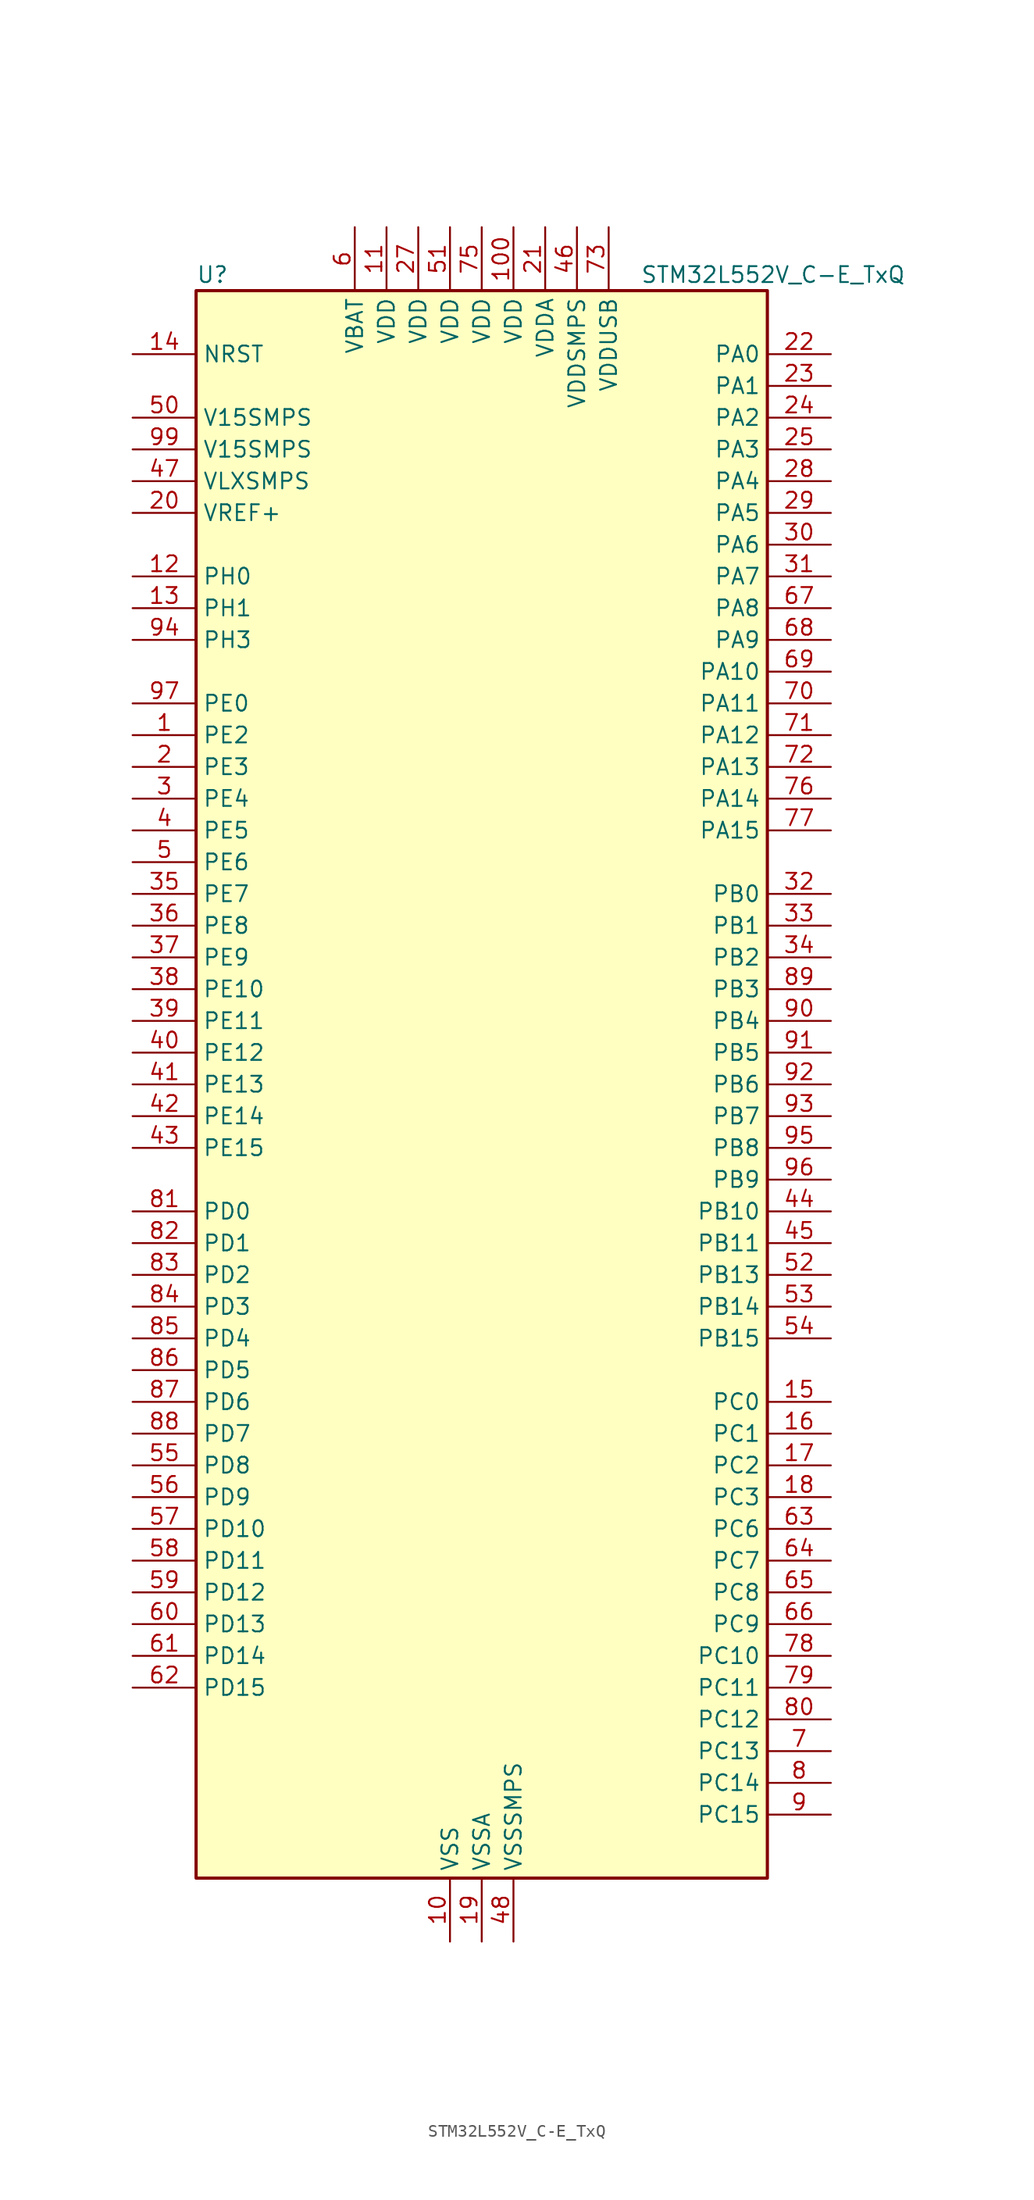
<source format=kicad_sym>
(kicad_symbol_lib
  (version 20241209)
  (generator "kicad_symbol_editor")
  (generator_version "9.0")
  (symbol "STM32L552V_C-E_TxQ"
    (property "Reference" "U"
      (at -22.86 64.77 0)
      (effects (font (size 1.27 1.27)) (justify left)))
    (property "Value" "STM32L552V_C-E_TxQ"
      (at 12.7 64.77 0)
      (effects (font (size 1.27 1.27)) (justify left)))
    (symbol "STM32L552V_C-E_TxQ_0_1"
      (rectangle (start -22.86 -63.5) (end 22.86 63.5) (stroke (width 0.254) (type default)) (fill (type background))))
    (symbol "STM32L552V_C-E_TxQ_1_1"
      (pin input line (at -27.94 58.42 0) (length 5.08) (name "NRST" (effects (font (size 1.27 1.27)))) (number "14" (effects (font (size 1.27 1.27)))))
      (pin power_in line (at -27.94 53.34 0) (length 5.08) (name "V15SMPS" (effects (font (size 1.27 1.27)))) (number "50" (effects (font (size 1.27 1.27)))))
      (pin power_in line (at -27.94 50.8 0) (length 5.08) (name "V15SMPS" (effects (font (size 1.27 1.27)))) (number "99" (effects (font (size 1.27 1.27)))))
      (pin power_in line (at -27.94 48.26 0) (length 5.08) (name "VLXSMPS" (effects (font (size 1.27 1.27)))) (number "47" (effects (font (size 1.27 1.27)))))
      (pin input line (at -27.94 45.72 0) (length 5.08) (name "VREF+" (effects (font (size 1.27 1.27)))) (number "20" (effects (font (size 1.27 1.27)))) (alternate "VREFBUF_OUT" bidirectional line))
      (pin bidirectional line (at -27.94 40.64 0) (length 5.08) (name "PH0" (effects (font (size 1.27 1.27)))) (number "12" (effects (font (size 1.27 1.27)))) (alternate "RCC_OSC_IN" bidirectional line))
      (pin bidirectional line (at -27.94 38.1 0) (length 5.08) (name "PH1" (effects (font (size 1.27 1.27)))) (number "13" (effects (font (size 1.27 1.27)))) (alternate "RCC_OSC_OUT" bidirectional line))
      (pin bidirectional line (at -27.94 35.56 0) (length 5.08) (name "PH3" (effects (font (size 1.27 1.27)))) (number "94" (effects (font (size 1.27 1.27)))))
      (pin bidirectional line (at -27.94 30.48 0) (length 5.08) (name "PE0" (effects (font (size 1.27 1.27)))) (number "97" (effects (font (size 1.27 1.27)))) (alternate "FMC_NBL0" bidirectional line) (alternate "TIM16_CH1" bidirectional line) (alternate "TIM4_ETR" bidirectional line))
      (pin bidirectional line (at -27.94 27.94 0) (length 5.08) (name "PE2" (effects (font (size 1.27 1.27)))) (number "1" (effects (font (size 1.27 1.27)))) (alternate "DEBUG_TRACECLK" bidirectional line) (alternate "FMC_A23" bidirectional line) (alternate "SAI1_CK1" bidirectional line) (alternate "SAI1_MCLK_A" bidirectional line) (alternate "TIM3_ETR" bidirectional line) (alternate "TSC_G7_IO1" bidirectional line))
      (pin bidirectional line (at -27.94 25.4 0) (length 5.08) (name "PE3" (effects (font (size 1.27 1.27)))) (number "2" (effects (font (size 1.27 1.27)))) (alternate "DEBUG_TRACED0" bidirectional line) (alternate "FMC_A19" bidirectional line) (alternate "OCTOSPI1_DQS" bidirectional line) (alternate "SAI1_SD_B" bidirectional line) (alternate "TIM3_CH1" bidirectional line) (alternate "TSC_G7_IO2" bidirectional line))
      (pin bidirectional line (at -27.94 22.86 0) (length 5.08) (name "PE4" (effects (font (size 1.27 1.27)))) (number "3" (effects (font (size 1.27 1.27)))) (alternate "DEBUG_TRACED1" bidirectional line) (alternate "DFSDM1_DATIN3" bidirectional line) (alternate "FMC_A20" bidirectional line) (alternate "SAI1_D2" bidirectional line) (alternate "SAI1_FS_A" bidirectional line) (alternate "TIM3_CH2" bidirectional line) (alternate "TSC_G7_IO3" bidirectional line))
      (pin bidirectional line (at -27.94 20.32 0) (length 5.08) (name "PE5" (effects (font (size 1.27 1.27)))) (number "4" (effects (font (size 1.27 1.27)))) (alternate "DEBUG_TRACED2" bidirectional line) (alternate "DFSDM1_CKIN3" bidirectional line) (alternate "FMC_A21" bidirectional line) (alternate "SAI1_CK2" bidirectional line) (alternate "SAI1_SCK_A" bidirectional line) (alternate "TIM3_CH3" bidirectional line) (alternate "TSC_G7_IO4" bidirectional line))
      (pin bidirectional line (at -27.94 17.78 0) (length 5.08) (name "PE6" (effects (font (size 1.27 1.27)))) (number "5" (effects (font (size 1.27 1.27)))) (alternate "DEBUG_TRACED3" bidirectional line) (alternate "FMC_A22" bidirectional line) (alternate "PWR_WKUP3" bidirectional line) (alternate "SAI1_D1" bidirectional line) (alternate "SAI1_SD_A" bidirectional line) (alternate "TAMP_IN3" bidirectional line) (alternate "TAMP_OUT6" bidirectional line) (alternate "TIM3_CH4" bidirectional line))
      (pin bidirectional line (at -27.94 15.24 0) (length 5.08) (name "PE7" (effects (font (size 1.27 1.27)))) (number "35" (effects (font (size 1.27 1.27)))) (alternate "DFSDM1_DATIN2" bidirectional line) (alternate "FMC_D4" bidirectional line) (alternate "FMC_DA4" bidirectional line) (alternate "SAI1_SD_B" bidirectional line) (alternate "TIM1_ETR" bidirectional line))
      (pin bidirectional line (at -27.94 12.7 0) (length 5.08) (name "PE8" (effects (font (size 1.27 1.27)))) (number "36" (effects (font (size 1.27 1.27)))) (alternate "DFSDM1_CKIN2" bidirectional line) (alternate "FMC_D5" bidirectional line) (alternate "FMC_DA5" bidirectional line) (alternate "SAI1_SCK_B" bidirectional line) (alternate "TIM1_CH1N" bidirectional line))
      (pin bidirectional line (at -27.94 10.16 0) (length 5.08) (name "PE9" (effects (font (size 1.27 1.27)))) (number "37" (effects (font (size 1.27 1.27)))) (alternate "DAC1_EXTI9" bidirectional line) (alternate "DFSDM1_CKOUT" bidirectional line) (alternate "FMC_D6" bidirectional line) (alternate "FMC_DA6" bidirectional line) (alternate "OCTOSPI1_NCLK" bidirectional line) (alternate "SAI1_FS_B" bidirectional line) (alternate "TIM1_CH1" bidirectional line))
      (pin bidirectional line (at -27.94 7.62 0) (length 5.08) (name "PE10" (effects (font (size 1.27 1.27)))) (number "38" (effects (font (size 1.27 1.27)))) (alternate "FMC_D7" bidirectional line) (alternate "FMC_DA7" bidirectional line) (alternate "OCTOSPI1_CLK" bidirectional line) (alternate "SAI1_MCLK_B" bidirectional line) (alternate "TIM1_CH2N" bidirectional line) (alternate "TSC_G5_IO1" bidirectional line))
      (pin bidirectional line (at -27.94 5.08 0) (length 5.08) (name "PE11" (effects (font (size 1.27 1.27)))) (number "39" (effects (font (size 1.27 1.27)))) (alternate "ADC1_EXTI11" bidirectional line) (alternate "ADC2_EXTI11" bidirectional line) (alternate "FMC_D8" bidirectional line) (alternate "FMC_DA8" bidirectional line) (alternate "OCTOSPI1_NCS" bidirectional line) (alternate "TIM1_CH2" bidirectional line) (alternate "TSC_G5_IO2" bidirectional line))
      (pin bidirectional line (at -27.94 2.54 0) (length 5.08) (name "PE12" (effects (font (size 1.27 1.27)))) (number "40" (effects (font (size 1.27 1.27)))) (alternate "FMC_D9" bidirectional line) (alternate "FMC_DA9" bidirectional line) (alternate "OCTOSPI1_IO0" bidirectional line) (alternate "SPI1_NSS" bidirectional line) (alternate "TIM1_CH3N" bidirectional line) (alternate "TSC_G5_IO3" bidirectional line))
      (pin bidirectional line (at -27.94 0 0) (length 5.08) (name "PE13" (effects (font (size 1.27 1.27)))) (number "41" (effects (font (size 1.27 1.27)))) (alternate "FMC_D10" bidirectional line) (alternate "FMC_DA10" bidirectional line) (alternate "OCTOSPI1_IO1" bidirectional line) (alternate "SPI1_SCK" bidirectional line) (alternate "TIM1_CH3" bidirectional line) (alternate "TSC_G5_IO4" bidirectional line))
      (pin bidirectional line (at -27.94 -2.54 0) (length 5.08) (name "PE14" (effects (font (size 1.27 1.27)))) (number "42" (effects (font (size 1.27 1.27)))) (alternate "FMC_D11" bidirectional line) (alternate "FMC_DA11" bidirectional line) (alternate "OCTOSPI1_IO2" bidirectional line) (alternate "SPI1_MISO" bidirectional line) (alternate "TIM1_BKIN2" bidirectional line) (alternate "TIM1_CH4" bidirectional line))
      (pin bidirectional line (at -27.94 -5.08 0) (length 5.08) (name "PE15" (effects (font (size 1.27 1.27)))) (number "43" (effects (font (size 1.27 1.27)))) (alternate "ADC1_EXTI15" bidirectional line) (alternate "ADC2_EXTI15" bidirectional line) (alternate "FMC_D12" bidirectional line) (alternate "FMC_DA12" bidirectional line) (alternate "OCTOSPI1_IO3" bidirectional line) (alternate "SPI1_MOSI" bidirectional line) (alternate "TIM1_BKIN" bidirectional line))
      (pin bidirectional line (at -27.94 -10.16 0) (length 5.08) (name "PD0" (effects (font (size 1.27 1.27)))) (number "81" (effects (font (size 1.27 1.27)))) (alternate "FDCAN1_RX" bidirectional line) (alternate "FMC_D2" bidirectional line) (alternate "FMC_DA2" bidirectional line) (alternate "SPI2_NSS" bidirectional line))
      (pin bidirectional line (at -27.94 -12.7 0) (length 5.08) (name "PD1" (effects (font (size 1.27 1.27)))) (number "82" (effects (font (size 1.27 1.27)))) (alternate "FDCAN1_TX" bidirectional line) (alternate "FMC_D3" bidirectional line) (alternate "FMC_DA3" bidirectional line) (alternate "SPI2_SCK" bidirectional line))
      (pin bidirectional line (at -27.94 -15.24 0) (length 5.08) (name "PD2" (effects (font (size 1.27 1.27)))) (number "83" (effects (font (size 1.27 1.27)))) (alternate "DEBUG_TRACED2" bidirectional line) (alternate "SDMMC1_CMD" bidirectional line) (alternate "TIM3_ETR" bidirectional line) (alternate "TSC_SYNC" bidirectional line) (alternate "UART5_RX" bidirectional line) (alternate "USART3_DE" bidirectional line) (alternate "USART3_RTS" bidirectional line))
      (pin bidirectional line (at -27.94 -17.78 0) (length 5.08) (name "PD3" (effects (font (size 1.27 1.27)))) (number "84" (effects (font (size 1.27 1.27)))) (alternate "DFSDM1_DATIN0" bidirectional line) (alternate "FMC_CLK" bidirectional line) (alternate "SPI2_MISO" bidirectional line) (alternate "SPI2_SCK" bidirectional line) (alternate "USART2_CTS" bidirectional line) (alternate "USART2_NSS" bidirectional line))
      (pin bidirectional line (at -27.94 -20.32 0) (length 5.08) (name "PD4" (effects (font (size 1.27 1.27)))) (number "85" (effects (font (size 1.27 1.27)))) (alternate "DFSDM1_CKIN0" bidirectional line) (alternate "FMC_NOE" bidirectional line) (alternate "OCTOSPI1_IO4" bidirectional line) (alternate "SPI2_MOSI" bidirectional line) (alternate "USART2_DE" bidirectional line) (alternate "USART2_RTS" bidirectional line))
      (pin bidirectional line (at -27.94 -22.86 0) (length 5.08) (name "PD5" (effects (font (size 1.27 1.27)))) (number "86" (effects (font (size 1.27 1.27)))) (alternate "FMC_NWE" bidirectional line) (alternate "OCTOSPI1_IO5" bidirectional line) (alternate "USART2_TX" bidirectional line))
      (pin bidirectional line (at -27.94 -25.4 0) (length 5.08) (name "PD6" (effects (font (size 1.27 1.27)))) (number "87" (effects (font (size 1.27 1.27)))) (alternate "DFSDM1_DATIN1" bidirectional line) (alternate "FMC_NWAIT" bidirectional line) (alternate "OCTOSPI1_IO6" bidirectional line) (alternate "SAI1_D1" bidirectional line) (alternate "SAI1_SD_A" bidirectional line) (alternate "SPI3_MOSI" bidirectional line) (alternate "USART2_RX" bidirectional line))
      (pin bidirectional line (at -27.94 -27.94 0) (length 5.08) (name "PD7" (effects (font (size 1.27 1.27)))) (number "88" (effects (font (size 1.27 1.27)))) (alternate "DFSDM1_CKIN1" bidirectional line) (alternate "FMC_NCE" bidirectional line) (alternate "FMC_NE1" bidirectional line) (alternate "OCTOSPI1_IO7" bidirectional line) (alternate "USART2_CK" bidirectional line))
      (pin bidirectional line (at -27.94 -30.48 0) (length 5.08) (name "PD8" (effects (font (size 1.27 1.27)))) (number "55" (effects (font (size 1.27 1.27)))) (alternate "FMC_D13" bidirectional line) (alternate "FMC_DA13" bidirectional line) (alternate "USART3_TX" bidirectional line))
      (pin bidirectional line (at -27.94 -33.02 0) (length 5.08) (name "PD9" (effects (font (size 1.27 1.27)))) (number "56" (effects (font (size 1.27 1.27)))) (alternate "DAC1_EXTI9" bidirectional line) (alternate "FMC_D14" bidirectional line) (alternate "FMC_DA14" bidirectional line) (alternate "SAI2_MCLK_A" bidirectional line) (alternate "USART3_RX" bidirectional line))
      (pin bidirectional line (at -27.94 -35.56 0) (length 5.08) (name "PD10" (effects (font (size 1.27 1.27)))) (number "57" (effects (font (size 1.27 1.27)))) (alternate "FMC_D15" bidirectional line) (alternate "FMC_DA15" bidirectional line) (alternate "SAI2_SCK_A" bidirectional line) (alternate "TSC_G6_IO1" bidirectional line) (alternate "USART3_CK" bidirectional line))
      (pin bidirectional line (at -27.94 -38.1 0) (length 5.08) (name "PD11" (effects (font (size 1.27 1.27)))) (number "58" (effects (font (size 1.27 1.27)))) (alternate "ADC1_EXTI11" bidirectional line) (alternate "ADC2_EXTI11" bidirectional line) (alternate "FMC_A16" bidirectional line) (alternate "FMC_CLE" bidirectional line) (alternate "I2C4_SMBA" bidirectional line) (alternate "LPTIM2_ETR" bidirectional line) (alternate "SAI2_SD_A" bidirectional line) (alternate "TSC_G6_IO2" bidirectional line) (alternate "USART3_CTS" bidirectional line) (alternate "USART3_NSS" bidirectional line))
      (pin bidirectional line (at -27.94 -40.64 0) (length 5.08) (name "PD12" (effects (font (size 1.27 1.27)))) (number "59" (effects (font (size 1.27 1.27)))) (alternate "FMC_A17" bidirectional line) (alternate "FMC_ALE" bidirectional line) (alternate "I2C4_SCL" bidirectional line) (alternate "LPTIM2_IN1" bidirectional line) (alternate "SAI2_FS_A" bidirectional line) (alternate "TIM4_CH1" bidirectional line) (alternate "TSC_G6_IO3" bidirectional line) (alternate "USART3_DE" bidirectional line) (alternate "USART3_RTS" bidirectional line))
      (pin bidirectional line (at -27.94 -43.18 0) (length 5.08) (name "PD13" (effects (font (size 1.27 1.27)))) (number "60" (effects (font (size 1.27 1.27)))) (alternate "FMC_A18" bidirectional line) (alternate "I2C4_SDA" bidirectional line) (alternate "LPTIM2_OUT" bidirectional line) (alternate "TIM4_CH2" bidirectional line) (alternate "TSC_G6_IO4" bidirectional line))
      (pin bidirectional line (at -27.94 -45.72 0) (length 5.08) (name "PD14" (effects (font (size 1.27 1.27)))) (number "61" (effects (font (size 1.27 1.27)))) (alternate "FMC_D0" bidirectional line) (alternate "FMC_DA0" bidirectional line) (alternate "TIM4_CH3" bidirectional line))
      (pin bidirectional line (at -27.94 -48.26 0) (length 5.08) (name "PD15" (effects (font (size 1.27 1.27)))) (number "62" (effects (font (size 1.27 1.27)))) (alternate "ADC1_EXTI15" bidirectional line) (alternate "ADC2_EXTI15" bidirectional line) (alternate "FMC_D1" bidirectional line) (alternate "FMC_DA1" bidirectional line) (alternate "TIM4_CH4" bidirectional line))
      (pin power_in line (at -10.16 68.58 270) (length 5.08) (name "VBAT" (effects (font (size 1.27 1.27)))) (number "6" (effects (font (size 1.27 1.27)))))
      (pin power_in line (at -7.62 68.58 270) (length 5.08) (name "VDD" (effects (font (size 1.27 1.27)))) (number "11" (effects (font (size 1.27 1.27)))))
      (pin power_in line (at -5.08 68.58 270) (length 5.08) (name "VDD" (effects (font (size 1.27 1.27)))) (number "27" (effects (font (size 1.27 1.27)))))
      (pin power_in line (at -2.54 68.58 270) (length 5.08) (name "VDD" (effects (font (size 1.27 1.27)))) (number "51" (effects (font (size 1.27 1.27)))))
      (pin power_in line (at -2.54 -68.58 90) (length 5.08) (name "VSS" (effects (font (size 1.27 1.27)))) (number "10" (effects (font (size 1.27 1.27)))))
      (pin passive line (at -2.54 -68.58 90) (length 5.08) (hide yes) (name "VSS" (effects (font (size 1.27 1.27)))) (number "26" (effects (font (size 1.27 1.27)))))
      (pin passive line (at -2.54 -68.58 90) (length 5.08) (hide yes) (name "VSS" (effects (font (size 1.27 1.27)))) (number "49" (effects (font (size 1.27 1.27)))))
      (pin passive line (at -2.54 -68.58 90) (length 5.08) (hide yes) (name "VSS" (effects (font (size 1.27 1.27)))) (number "74" (effects (font (size 1.27 1.27)))))
      (pin passive line (at -2.54 -68.58 90) (length 5.08) (hide yes) (name "VSS" (effects (font (size 1.27 1.27)))) (number "98" (effects (font (size 1.27 1.27)))))
      (pin power_in line (at 0 68.58 270) (length 5.08) (name "VDD" (effects (font (size 1.27 1.27)))) (number "75" (effects (font (size 1.27 1.27)))))
      (pin power_in line (at 0 -68.58 90) (length 5.08) (name "VSSA" (effects (font (size 1.27 1.27)))) (number "19" (effects (font (size 1.27 1.27)))))
      (pin power_in line (at 2.54 68.58 270) (length 5.08) (name "VDD" (effects (font (size 1.27 1.27)))) (number "100" (effects (font (size 1.27 1.27)))))
      (pin power_in line (at 2.54 -68.58 90) (length 5.08) (name "VSSSMPS" (effects (font (size 1.27 1.27)))) (number "48" (effects (font (size 1.27 1.27)))))
      (pin power_in line (at 5.08 68.58 270) (length 5.08) (name "VDDA" (effects (font (size 1.27 1.27)))) (number "21" (effects (font (size 1.27 1.27)))))
      (pin power_in line (at 7.62 68.58 270) (length 5.08) (name "VDDSMPS" (effects (font (size 1.27 1.27)))) (number "46" (effects (font (size 1.27 1.27)))))
      (pin power_in line (at 10.16 68.58 270) (length 5.08) (name "VDDUSB" (effects (font (size 1.27 1.27)))) (number "73" (effects (font (size 1.27 1.27)))))
      (pin bidirectional line (at 27.94 58.42 180) (length 5.08) (name "PA0" (effects (font (size 1.27 1.27)))) (number "22" (effects (font (size 1.27 1.27)))) (alternate "ADC1_IN5" bidirectional line) (alternate "ADC2_IN5" bidirectional line) (alternate "OPAMP1_VINP" bidirectional line) (alternate "PWR_WKUP1" bidirectional line) (alternate "SAI1_EXTCLK" bidirectional line) (alternate "TAMP_IN2" bidirectional line) (alternate "TAMP_OUT1" bidirectional line) (alternate "TIM2_CH1" bidirectional line) (alternate "TIM2_ETR" bidirectional line) (alternate "TIM5_CH1" bidirectional line) (alternate "TIM8_ETR" bidirectional line) (alternate "UART4_TX" bidirectional line) (alternate "USART2_CTS" bidirectional line) (alternate "USART2_NSS" bidirectional line))
      (pin bidirectional line (at 27.94 55.88 180) (length 5.08) (name "PA1" (effects (font (size 1.27 1.27)))) (number "23" (effects (font (size 1.27 1.27)))) (alternate "ADC1_IN6" bidirectional line) (alternate "ADC2_IN6" bidirectional line) (alternate "I2C1_SMBA" bidirectional line) (alternate "OCTOSPI1_DQS" bidirectional line) (alternate "OPAMP1_VINM" bidirectional line) (alternate "SPI1_SCK" bidirectional line) (alternate "TAMP_IN5" bidirectional line) (alternate "TAMP_OUT4" bidirectional line) (alternate "TIM15_CH1N" bidirectional line) (alternate "TIM2_CH2" bidirectional line) (alternate "TIM5_CH2" bidirectional line) (alternate "UART4_RX" bidirectional line) (alternate "USART2_DE" bidirectional line) (alternate "USART2_RTS" bidirectional line))
      (pin bidirectional line (at 27.94 53.34 180) (length 5.08) (name "PA2" (effects (font (size 1.27 1.27)))) (number "24" (effects (font (size 1.27 1.27)))) (alternate "ADC1_IN7" bidirectional line) (alternate "ADC2_IN7" bidirectional line) (alternate "COMP1_INP" bidirectional line) (alternate "LPUART1_TX" bidirectional line) (alternate "OCTOSPI1_NCS" bidirectional line) (alternate "PWR_WKUP4" bidirectional line) (alternate "RCC_LSCO" bidirectional line) (alternate "SAI2_EXTCLK" bidirectional line) (alternate "TIM15_CH1" bidirectional line) (alternate "TIM2_CH3" bidirectional line) (alternate "TIM5_CH3" bidirectional line) (alternate "UCPD1_FRSTX1" bidirectional line) (alternate "USART2_TX" bidirectional line))
      (pin bidirectional line (at 27.94 50.8 180) (length 5.08) (name "PA3" (effects (font (size 1.27 1.27)))) (number "25" (effects (font (size 1.27 1.27)))) (alternate "ADC1_IN8" bidirectional line) (alternate "ADC2_IN8" bidirectional line) (alternate "LPUART1_RX" bidirectional line) (alternate "OCTOSPI1_CLK" bidirectional line) (alternate "OPAMP1_VOUT" bidirectional line) (alternate "SAI1_CK1" bidirectional line) (alternate "SAI1_MCLK_A" bidirectional line) (alternate "TIM15_CH2" bidirectional line) (alternate "TIM2_CH4" bidirectional line) (alternate "TIM5_CH4" bidirectional line) (alternate "USART2_RX" bidirectional line))
      (pin bidirectional line (at 27.94 48.26 180) (length 5.08) (name "PA4" (effects (font (size 1.27 1.27)))) (number "28" (effects (font (size 1.27 1.27)))) (alternate "ADC1_IN9" bidirectional line) (alternate "ADC2_IN9" bidirectional line) (alternate "DAC1_OUT1" bidirectional line) (alternate "LPTIM2_OUT" bidirectional line) (alternate "OCTOSPI1_NCS" bidirectional line) (alternate "SAI1_FS_B" bidirectional line) (alternate "SPI1_NSS" bidirectional line) (alternate "SPI3_NSS" bidirectional line) (alternate "USART2_CK" bidirectional line))
      (pin bidirectional line (at 27.94 45.72 180) (length 5.08) (name "PA5" (effects (font (size 1.27 1.27)))) (number "29" (effects (font (size 1.27 1.27)))) (alternate "ADC1_IN10" bidirectional line) (alternate "ADC2_IN10" bidirectional line) (alternate "DAC1_OUT2" bidirectional line) (alternate "LPTIM2_ETR" bidirectional line) (alternate "SPI1_SCK" bidirectional line) (alternate "TIM2_CH1" bidirectional line) (alternate "TIM2_ETR" bidirectional line) (alternate "TIM8_CH1N" bidirectional line))
      (pin bidirectional line (at 27.94 43.18 180) (length 5.08) (name "PA6" (effects (font (size 1.27 1.27)))) (number "30" (effects (font (size 1.27 1.27)))) (alternate "ADC1_IN11" bidirectional line) (alternate "ADC2_IN11" bidirectional line) (alternate "LPUART1_CTS" bidirectional line) (alternate "OCTOSPI1_IO3" bidirectional line) (alternate "OPAMP2_VINP" bidirectional line) (alternate "SPI1_MISO" bidirectional line) (alternate "TIM16_CH1" bidirectional line) (alternate "TIM1_BKIN" bidirectional line) (alternate "TIM3_CH1" bidirectional line) (alternate "TIM8_BKIN" bidirectional line) (alternate "USART3_CTS" bidirectional line) (alternate "USART3_NSS" bidirectional line))
      (pin bidirectional line (at 27.94 40.64 180) (length 5.08) (name "PA7" (effects (font (size 1.27 1.27)))) (number "31" (effects (font (size 1.27 1.27)))) (alternate "ADC1_IN12" bidirectional line) (alternate "ADC2_IN12" bidirectional line) (alternate "I2C3_SCL" bidirectional line) (alternate "OCTOSPI1_IO2" bidirectional line) (alternate "OPAMP2_VINM" bidirectional line) (alternate "SPI1_MOSI" bidirectional line) (alternate "TIM17_CH1" bidirectional line) (alternate "TIM1_CH1N" bidirectional line) (alternate "TIM3_CH2" bidirectional line) (alternate "TIM8_CH1N" bidirectional line))
      (pin bidirectional line (at 27.94 38.1 180) (length 5.08) (name "PA8" (effects (font (size 1.27 1.27)))) (number "67" (effects (font (size 1.27 1.27)))) (alternate "LPTIM2_OUT" bidirectional line) (alternate "RCC_MCO" bidirectional line) (alternate "SAI1_CK2" bidirectional line) (alternate "SAI1_SCK_A" bidirectional line) (alternate "TIM1_CH1" bidirectional line) (alternate "USART1_CK" bidirectional line))
      (pin bidirectional line (at 27.94 35.56 180) (length 5.08) (name "PA9" (effects (font (size 1.27 1.27)))) (number "68" (effects (font (size 1.27 1.27)))) (alternate "DAC1_EXTI9" bidirectional line) (alternate "SAI1_FS_A" bidirectional line) (alternate "SPI2_SCK" bidirectional line) (alternate "TIM15_BKIN" bidirectional line) (alternate "TIM1_CH2" bidirectional line) (alternate "USART1_TX" bidirectional line))
      (pin bidirectional line (at 27.94 33.02 180) (length 5.08) (name "PA10" (effects (font (size 1.27 1.27)))) (number "69" (effects (font (size 1.27 1.27)))) (alternate "CRS_SYNC" bidirectional line) (alternate "SAI1_D1" bidirectional line) (alternate "SAI1_SD_A" bidirectional line) (alternate "TIM17_BKIN" bidirectional line) (alternate "TIM1_CH3" bidirectional line) (alternate "USART1_RX" bidirectional line))
      (pin bidirectional line (at 27.94 30.48 180) (length 5.08) (name "PA11" (effects (font (size 1.27 1.27)))) (number "70" (effects (font (size 1.27 1.27)))) (alternate "ADC1_EXTI11" bidirectional line) (alternate "ADC2_EXTI11" bidirectional line) (alternate "FDCAN1_RX" bidirectional line) (alternate "SPI1_MISO" bidirectional line) (alternate "TIM1_BKIN2" bidirectional line) (alternate "TIM1_CH4" bidirectional line) (alternate "USART1_CTS" bidirectional line) (alternate "USART1_NSS" bidirectional line) (alternate "USB_DM" bidirectional line))
      (pin bidirectional line (at 27.94 27.94 180) (length 5.08) (name "PA12" (effects (font (size 1.27 1.27)))) (number "71" (effects (font (size 1.27 1.27)))) (alternate "FDCAN1_TX" bidirectional line) (alternate "SPI1_MOSI" bidirectional line) (alternate "TIM1_ETR" bidirectional line) (alternate "USART1_DE" bidirectional line) (alternate "USART1_RTS" bidirectional line) (alternate "USB_DP" bidirectional line))
      (pin bidirectional line (at 27.94 25.4 180) (length 5.08) (name "PA13" (effects (font (size 1.27 1.27)))) (number "72" (effects (font (size 1.27 1.27)))) (alternate "DEBUG_JTMS-SWDIO" bidirectional line) (alternate "IR_OUT" bidirectional line) (alternate "SAI1_SD_B" bidirectional line) (alternate "USB_NOE" bidirectional line))
      (pin bidirectional line (at 27.94 22.86 180) (length 5.08) (name "PA14" (effects (font (size 1.27 1.27)))) (number "76" (effects (font (size 1.27 1.27)))) (alternate "DEBUG_JTCK-SWCLK" bidirectional line) (alternate "I2C1_SMBA" bidirectional line) (alternate "I2C4_SMBA" bidirectional line) (alternate "LPTIM1_OUT" bidirectional line) (alternate "SAI1_FS_B" bidirectional line))
      (pin bidirectional line (at 27.94 20.32 180) (length 5.08) (name "PA15" (effects (font (size 1.27 1.27)))) (number "77" (effects (font (size 1.27 1.27)))) (alternate "ADC1_EXTI15" bidirectional line) (alternate "ADC2_EXTI15" bidirectional line) (alternate "DEBUG_JTDI" bidirectional line) (alternate "SAI2_FS_B" bidirectional line) (alternate "SPI1_NSS" bidirectional line) (alternate "SPI3_NSS" bidirectional line) (alternate "TIM2_CH1" bidirectional line) (alternate "TIM2_ETR" bidirectional line) (alternate "UART4_DE" bidirectional line) (alternate "UART4_RTS" bidirectional line) (alternate "UCPD1_CC1" bidirectional line) (alternate "USART2_RX" bidirectional line) (alternate "USART3_DE" bidirectional line) (alternate "USART3_RTS" bidirectional line))
      (pin bidirectional line (at 27.94 15.24 180) (length 5.08) (name "PB0" (effects (font (size 1.27 1.27)))) (number "32" (effects (font (size 1.27 1.27)))) (alternate "ADC1_IN15" bidirectional line) (alternate "ADC2_IN15" bidirectional line) (alternate "COMP1_OUT" bidirectional line) (alternate "OCTOSPI1_IO1" bidirectional line) (alternate "OPAMP2_VOUT" bidirectional line) (alternate "SAI1_EXTCLK" bidirectional line) (alternate "SPI1_NSS" bidirectional line) (alternate "TIM1_CH2N" bidirectional line) (alternate "TIM3_CH3" bidirectional line) (alternate "TIM8_CH2N" bidirectional line) (alternate "USART3_CK" bidirectional line))
      (pin bidirectional line (at 27.94 12.7 180) (length 5.08) (name "PB1" (effects (font (size 1.27 1.27)))) (number "33" (effects (font (size 1.27 1.27)))) (alternate "ADC1_IN16" bidirectional line) (alternate "ADC2_IN16" bidirectional line) (alternate "COMP1_INM" bidirectional line) (alternate "DFSDM1_DATIN0" bidirectional line) (alternate "LPTIM2_IN1" bidirectional line) (alternate "LPUART1_DE" bidirectional line) (alternate "LPUART1_RTS" bidirectional line) (alternate "OCTOSPI1_IO0" bidirectional line) (alternate "TIM1_CH3N" bidirectional line) (alternate "TIM3_CH4" bidirectional line) (alternate "TIM8_CH3N" bidirectional line) (alternate "USART3_DE" bidirectional line) (alternate "USART3_RTS" bidirectional line))
      (pin bidirectional line (at 27.94 10.16 180) (length 5.08) (name "PB2" (effects (font (size 1.27 1.27)))) (number "34" (effects (font (size 1.27 1.27)))) (alternate "COMP1_INP" bidirectional line) (alternate "DFSDM1_CKIN0" bidirectional line) (alternate "I2C3_SMBA" bidirectional line) (alternate "LPTIM1_OUT" bidirectional line) (alternate "OCTOSPI1_DQS" bidirectional line) (alternate "RTC_OUT2" bidirectional line) (alternate "UCPD1_FRSTX1" bidirectional line))
      (pin bidirectional line (at 27.94 7.62 180) (length 5.08) (name "PB3" (effects (font (size 1.27 1.27)))) (number "89" (effects (font (size 1.27 1.27)))) (alternate "COMP2_INM" bidirectional line) (alternate "CRS_SYNC" bidirectional line) (alternate "DEBUG_JTDO-SWO" bidirectional line) (alternate "SAI1_SCK_B" bidirectional line) (alternate "SPI1_SCK" bidirectional line) (alternate "SPI3_SCK" bidirectional line) (alternate "TIM2_CH2" bidirectional line) (alternate "USART1_DE" bidirectional line) (alternate "USART1_RTS" bidirectional line))
      (pin bidirectional line (at 27.94 5.08 180) (length 5.08) (name "PB4" (effects (font (size 1.27 1.27)))) (number "90" (effects (font (size 1.27 1.27)))) (alternate "COMP2_INP" bidirectional line) (alternate "DEBUG_JTRST" bidirectional line) (alternate "I2C3_SDA" bidirectional line) (alternate "SAI1_MCLK_B" bidirectional line) (alternate "SPI1_MISO" bidirectional line) (alternate "SPI3_MISO" bidirectional line) (alternate "TIM17_BKIN" bidirectional line) (alternate "TIM3_CH1" bidirectional line) (alternate "TSC_G2_IO1" bidirectional line) (alternate "UART5_DE" bidirectional line) (alternate "UART5_RTS" bidirectional line) (alternate "USART1_CTS" bidirectional line) (alternate "USART1_NSS" bidirectional line))
      (pin bidirectional line (at 27.94 2.54 180) (length 5.08) (name "PB5" (effects (font (size 1.27 1.27)))) (number "91" (effects (font (size 1.27 1.27)))) (alternate "COMP2_OUT" bidirectional line) (alternate "I2C1_SMBA" bidirectional line) (alternate "LPTIM1_IN1" bidirectional line) (alternate "OCTOSPI1_NCLK" bidirectional line) (alternate "SAI1_SD_B" bidirectional line) (alternate "SPI1_MOSI" bidirectional line) (alternate "SPI3_MOSI" bidirectional line) (alternate "TIM16_BKIN" bidirectional line) (alternate "TIM3_CH2" bidirectional line) (alternate "TSC_G2_IO2" bidirectional line) (alternate "UART5_CTS" bidirectional line) (alternate "UCPD1_DBCC1" bidirectional line) (alternate "USART1_CK" bidirectional line))
      (pin bidirectional line (at 27.94 0 180) (length 5.08) (name "PB6" (effects (font (size 1.27 1.27)))) (number "92" (effects (font (size 1.27 1.27)))) (alternate "COMP2_INP" bidirectional line) (alternate "I2C1_SCL" bidirectional line) (alternate "I2C4_SCL" bidirectional line) (alternate "LPTIM1_ETR" bidirectional line) (alternate "SAI1_FS_B" bidirectional line) (alternate "TIM16_CH1N" bidirectional line) (alternate "TIM4_CH1" bidirectional line) (alternate "TIM8_BKIN2" bidirectional line) (alternate "TSC_G2_IO3" bidirectional line) (alternate "USART1_TX" bidirectional line))
      (pin bidirectional line (at 27.94 -2.54 180) (length 5.08) (name "PB7" (effects (font (size 1.27 1.27)))) (number "93" (effects (font (size 1.27 1.27)))) (alternate "COMP2_INM" bidirectional line) (alternate "FMC_NL" bidirectional line) (alternate "I2C1_SDA" bidirectional line) (alternate "I2C4_SDA" bidirectional line) (alternate "LPTIM1_IN2" bidirectional line) (alternate "PWR_PVD_IN" bidirectional line) (alternate "TIM17_CH1N" bidirectional line) (alternate "TIM4_CH2" bidirectional line) (alternate "TIM8_BKIN" bidirectional line) (alternate "TSC_G2_IO4" bidirectional line) (alternate "UART4_CTS" bidirectional line) (alternate "USART1_RX" bidirectional line))
      (pin bidirectional line (at 27.94 -5.08 180) (length 5.08) (name "PB8" (effects (font (size 1.27 1.27)))) (number "95" (effects (font (size 1.27 1.27)))) (alternate "DFSDM1_CKOUT" bidirectional line) (alternate "FDCAN1_RX" bidirectional line) (alternate "I2C1_SCL" bidirectional line) (alternate "SAI1_CK1" bidirectional line) (alternate "SAI1_MCLK_A" bidirectional line) (alternate "SDMMC1_CKIN" bidirectional line) (alternate "SDMMC1_D4" bidirectional line) (alternate "TIM16_CH1" bidirectional line) (alternate "TIM4_CH3" bidirectional line))
      (pin bidirectional line (at 27.94 -7.62 180) (length 5.08) (name "PB9" (effects (font (size 1.27 1.27)))) (number "96" (effects (font (size 1.27 1.27)))) (alternate "DAC1_EXTI9" bidirectional line) (alternate "FDCAN1_TX" bidirectional line) (alternate "I2C1_SDA" bidirectional line) (alternate "IR_OUT" bidirectional line) (alternate "SAI1_D2" bidirectional line) (alternate "SAI1_FS_A" bidirectional line) (alternate "SDMMC1_CDIR" bidirectional line) (alternate "SDMMC1_D5" bidirectional line) (alternate "SPI2_NSS" bidirectional line) (alternate "TIM17_CH1" bidirectional line) (alternate "TIM4_CH4" bidirectional line))
      (pin bidirectional line (at 27.94 -10.16 180) (length 5.08) (name "PB10" (effects (font (size 1.27 1.27)))) (number "44" (effects (font (size 1.27 1.27)))) (alternate "COMP1_OUT" bidirectional line) (alternate "I2C2_SCL" bidirectional line) (alternate "I2C4_SCL" bidirectional line) (alternate "LPTIM3_OUT" bidirectional line) (alternate "LPUART1_RX" bidirectional line) (alternate "OCTOSPI1_CLK" bidirectional line) (alternate "SAI1_SCK_A" bidirectional line) (alternate "SPI2_SCK" bidirectional line) (alternate "TIM2_CH3" bidirectional line) (alternate "TSC_SYNC" bidirectional line) (alternate "USART3_TX" bidirectional line))
      (pin bidirectional line (at 27.94 -12.7 180) (length 5.08) (name "PB11" (effects (font (size 1.27 1.27)))) (number "45" (effects (font (size 1.27 1.27)))) (alternate "ADC1_EXTI11" bidirectional line) (alternate "ADC2_EXTI11" bidirectional line) (alternate "COMP2_OUT" bidirectional line) (alternate "I2C2_SDA" bidirectional line) (alternate "I2C4_SDA" bidirectional line) (alternate "LPUART1_TX" bidirectional line) (alternate "OCTOSPI1_NCS" bidirectional line) (alternate "TIM2_CH4" bidirectional line) (alternate "USART3_RX" bidirectional line))
      (pin bidirectional line (at 27.94 -15.24 180) (length 5.08) (name "PB13" (effects (font (size 1.27 1.27)))) (number "52" (effects (font (size 1.27 1.27)))) (alternate "DFSDM1_CKIN1" bidirectional line) (alternate "I2C2_SCL" bidirectional line) (alternate "LPTIM3_IN1" bidirectional line) (alternate "LPUART1_CTS" bidirectional line) (alternate "SAI2_SCK_A" bidirectional line) (alternate "SPI2_SCK" bidirectional line) (alternate "TIM15_CH1N" bidirectional line) (alternate "TIM1_CH1N" bidirectional line) (alternate "TSC_G1_IO2" bidirectional line) (alternate "UCPD1_FRSTX2" bidirectional line) (alternate "USART3_CTS" bidirectional line) (alternate "USART3_NSS" bidirectional line))
      (pin bidirectional line (at 27.94 -17.78 180) (length 5.08) (name "PB14" (effects (font (size 1.27 1.27)))) (number "53" (effects (font (size 1.27 1.27)))) (alternate "DFSDM1_DATIN2" bidirectional line) (alternate "I2C2_SDA" bidirectional line) (alternate "LPTIM3_ETR" bidirectional line) (alternate "SAI2_MCLK_A" bidirectional line) (alternate "SPI2_MISO" bidirectional line) (alternate "TIM15_CH1" bidirectional line) (alternate "TIM1_CH2N" bidirectional line) (alternate "TIM8_CH2N" bidirectional line) (alternate "TSC_G1_IO3" bidirectional line) (alternate "UCPD1_DBCC2" bidirectional line) (alternate "USART3_DE" bidirectional line) (alternate "USART3_RTS" bidirectional line))
      (pin bidirectional line (at 27.94 -20.32 180) (length 5.08) (name "PB15" (effects (font (size 1.27 1.27)))) (number "54" (effects (font (size 1.27 1.27)))) (alternate "ADC1_EXTI15" bidirectional line) (alternate "ADC2_EXTI15" bidirectional line) (alternate "DFSDM1_CKIN2" bidirectional line) (alternate "RTC_REFIN" bidirectional line) (alternate "SAI2_SD_A" bidirectional line) (alternate "SPI2_MOSI" bidirectional line) (alternate "TIM15_CH2" bidirectional line) (alternate "TIM1_CH3N" bidirectional line) (alternate "TIM8_CH3N" bidirectional line) (alternate "UCPD1_CC2" bidirectional line))
      (pin bidirectional line (at 27.94 -25.4 180) (length 5.08) (name "PC0" (effects (font (size 1.27 1.27)))) (number "15" (effects (font (size 1.27 1.27)))) (alternate "ADC1_IN1" bidirectional line) (alternate "ADC2_IN1" bidirectional line) (alternate "I2C3_SCL" bidirectional line) (alternate "LPTIM1_IN1" bidirectional line) (alternate "LPTIM2_IN1" bidirectional line) (alternate "LPUART1_RX" bidirectional line) (alternate "OCTOSPI1_IO7" bidirectional line) (alternate "SAI2_FS_A" bidirectional line) (alternate "SDMMC1_D5" bidirectional line))
      (pin bidirectional line (at 27.94 -27.94 180) (length 5.08) (name "PC1" (effects (font (size 1.27 1.27)))) (number "16" (effects (font (size 1.27 1.27)))) (alternate "ADC1_IN2" bidirectional line) (alternate "ADC2_IN2" bidirectional line) (alternate "DEBUG_TRACED0" bidirectional line) (alternate "I2C3_SDA" bidirectional line) (alternate "LPTIM1_OUT" bidirectional line) (alternate "LPUART1_TX" bidirectional line) (alternate "OCTOSPI1_IO4" bidirectional line) (alternate "SAI1_SD_A" bidirectional line) (alternate "SPI2_MOSI" bidirectional line))
      (pin bidirectional line (at 27.94 -30.48 180) (length 5.08) (name "PC2" (effects (font (size 1.27 1.27)))) (number "17" (effects (font (size 1.27 1.27)))) (alternate "ADC1_IN3" bidirectional line) (alternate "ADC2_IN3" bidirectional line) (alternate "DFSDM1_CKOUT" bidirectional line) (alternate "LPTIM1_IN2" bidirectional line) (alternate "OCTOSPI1_IO5" bidirectional line) (alternate "SPI2_MISO" bidirectional line))
      (pin bidirectional line (at 27.94 -33.02 180) (length 5.08) (name "PC3" (effects (font (size 1.27 1.27)))) (number "18" (effects (font (size 1.27 1.27)))) (alternate "ADC1_IN4" bidirectional line) (alternate "ADC2_IN4" bidirectional line) (alternate "LPTIM1_ETR" bidirectional line) (alternate "LPTIM2_ETR" bidirectional line) (alternate "LPTIM3_OUT" bidirectional line) (alternate "OCTOSPI1_IO6" bidirectional line) (alternate "SAI1_D1" bidirectional line) (alternate "SAI1_SD_A" bidirectional line) (alternate "SPI2_MOSI" bidirectional line))
      (pin bidirectional line (at 27.94 -35.56 180) (length 5.08) (name "PC6" (effects (font (size 1.27 1.27)))) (number "63" (effects (font (size 1.27 1.27)))) (alternate "DFSDM1_CKIN3" bidirectional line) (alternate "SAI2_MCLK_A" bidirectional line) (alternate "SDMMC1_D0DIR" bidirectional line) (alternate "SDMMC1_D6" bidirectional line) (alternate "TIM3_CH1" bidirectional line) (alternate "TIM8_CH1" bidirectional line) (alternate "TSC_G4_IO1" bidirectional line))
      (pin bidirectional line (at 27.94 -38.1 180) (length 5.08) (name "PC7" (effects (font (size 1.27 1.27)))) (number "64" (effects (font (size 1.27 1.27)))) (alternate "DFSDM1_DATIN3" bidirectional line) (alternate "SAI2_MCLK_B" bidirectional line) (alternate "SDMMC1_D123DIR" bidirectional line) (alternate "SDMMC1_D7" bidirectional line) (alternate "TIM3_CH2" bidirectional line) (alternate "TIM8_CH2" bidirectional line) (alternate "TSC_G4_IO2" bidirectional line))
      (pin bidirectional line (at 27.94 -40.64 180) (length 5.08) (name "PC8" (effects (font (size 1.27 1.27)))) (number "65" (effects (font (size 1.27 1.27)))) (alternate "SDMMC1_D0" bidirectional line) (alternate "TIM3_CH3" bidirectional line) (alternate "TIM8_CH3" bidirectional line) (alternate "TSC_G4_IO3" bidirectional line))
      (pin bidirectional line (at 27.94 -43.18 180) (length 5.08) (name "PC9" (effects (font (size 1.27 1.27)))) (number "66" (effects (font (size 1.27 1.27)))) (alternate "DAC1_EXTI9" bidirectional line) (alternate "DEBUG_TRACED0" bidirectional line) (alternate "SAI2_EXTCLK" bidirectional line) (alternate "SDMMC1_D1" bidirectional line) (alternate "TIM3_CH4" bidirectional line) (alternate "TIM8_BKIN2" bidirectional line) (alternate "TIM8_CH4" bidirectional line) (alternate "TSC_G4_IO4" bidirectional line) (alternate "USB_NOE" bidirectional line))
      (pin bidirectional line (at 27.94 -45.72 180) (length 5.08) (name "PC10" (effects (font (size 1.27 1.27)))) (number "78" (effects (font (size 1.27 1.27)))) (alternate "DEBUG_TRACED1" bidirectional line) (alternate "LPTIM3_ETR" bidirectional line) (alternate "SAI2_SCK_B" bidirectional line) (alternate "SDMMC1_D2" bidirectional line) (alternate "SPI3_SCK" bidirectional line) (alternate "TSC_G3_IO2" bidirectional line) (alternate "UART4_TX" bidirectional line) (alternate "USART3_TX" bidirectional line))
      (pin bidirectional line (at 27.94 -48.26 180) (length 5.08) (name "PC11" (effects (font (size 1.27 1.27)))) (number "79" (effects (font (size 1.27 1.27)))) (alternate "ADC1_EXTI11" bidirectional line) (alternate "ADC2_EXTI11" bidirectional line) (alternate "LPTIM3_IN1" bidirectional line) (alternate "OCTOSPI1_NCS" bidirectional line) (alternate "SAI2_MCLK_B" bidirectional line) (alternate "SDMMC1_D3" bidirectional line) (alternate "SPI3_MISO" bidirectional line) (alternate "TSC_G3_IO3" bidirectional line) (alternate "UART4_RX" bidirectional line) (alternate "UCPD1_FRSTX2" bidirectional line) (alternate "USART3_RX" bidirectional line))
      (pin bidirectional line (at 27.94 -50.8 180) (length 5.08) (name "PC12" (effects (font (size 1.27 1.27)))) (number "80" (effects (font (size 1.27 1.27)))) (alternate "DEBUG_TRACED3" bidirectional line) (alternate "SAI2_SD_B" bidirectional line) (alternate "SDMMC1_CK" bidirectional line) (alternate "SPI3_MOSI" bidirectional line) (alternate "TSC_G3_IO4" bidirectional line) (alternate "UART5_TX" bidirectional line) (alternate "USART3_CK" bidirectional line))
      (pin bidirectional line (at 27.94 -53.34 180) (length 5.08) (name "PC13" (effects (font (size 1.27 1.27)))) (number "7" (effects (font (size 1.27 1.27)))) (alternate "PWR_WKUP2" bidirectional line) (alternate "RTC_OUT1" bidirectional line) (alternate "RTC_TS" bidirectional line) (alternate "TAMP_IN1" bidirectional line) (alternate "TAMP_OUT2" bidirectional line))
      (pin bidirectional line (at 27.94 -55.88 180) (length 5.08) (name "PC14" (effects (font (size 1.27 1.27)))) (number "8" (effects (font (size 1.27 1.27)))) (alternate "RCC_OSC32_IN" bidirectional line))
      (pin bidirectional line (at 27.94 -58.42 180) (length 5.08) (name "PC15" (effects (font (size 1.27 1.27)))) (number "9" (effects (font (size 1.27 1.27)))) (alternate "ADC1_EXTI15" bidirectional line) (alternate "ADC2_EXTI15" bidirectional line) (alternate "RCC_OSC32_OUT" bidirectional line)))))
</source>
